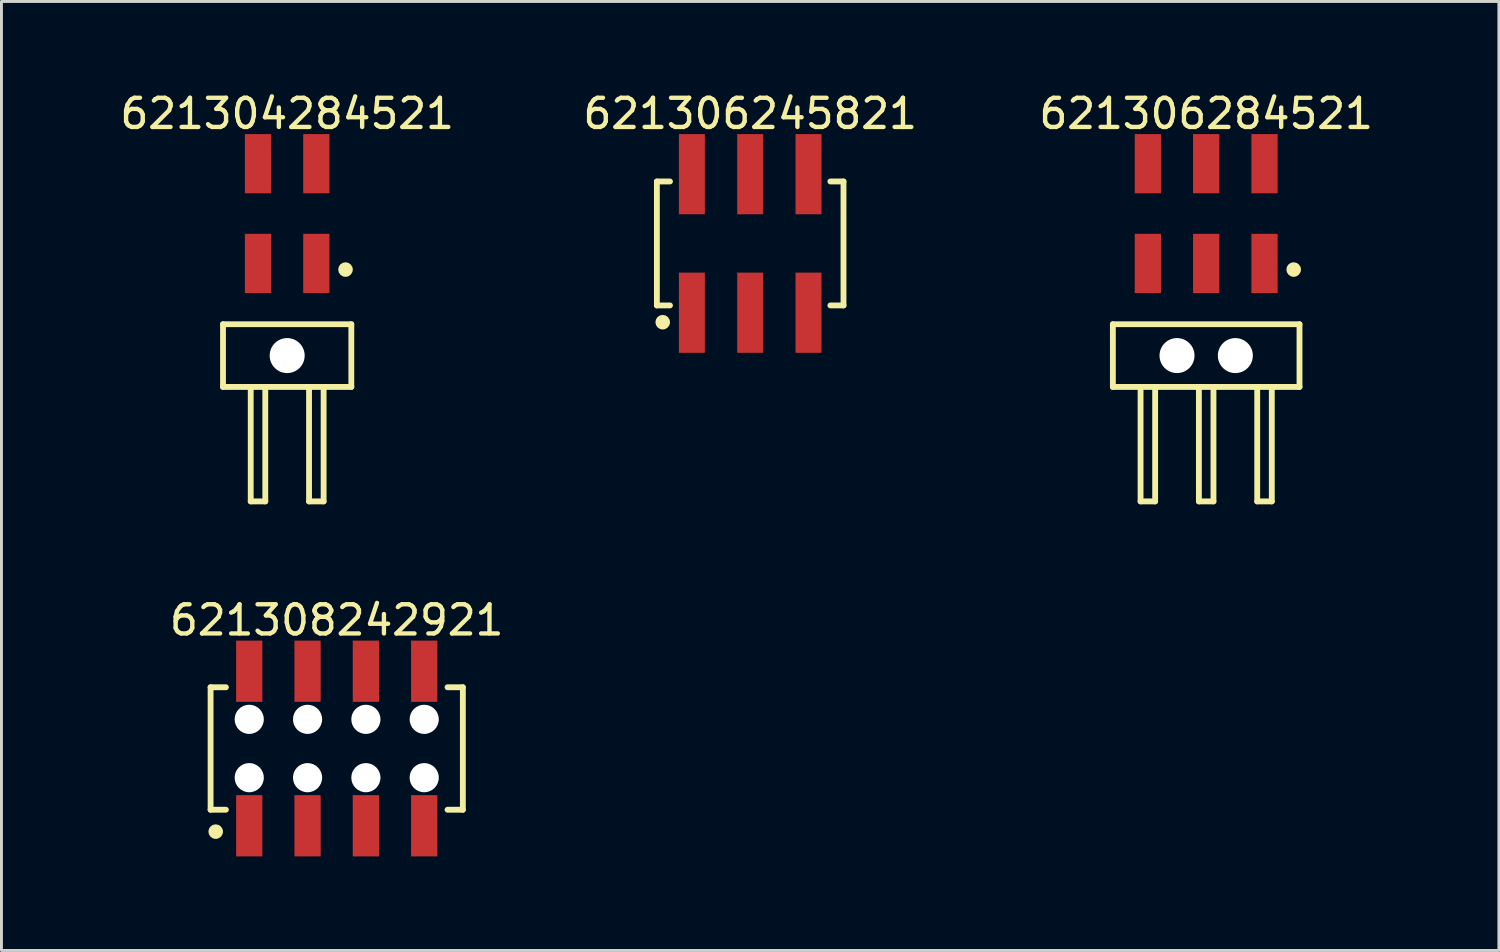
<source format=kicad_pcb>
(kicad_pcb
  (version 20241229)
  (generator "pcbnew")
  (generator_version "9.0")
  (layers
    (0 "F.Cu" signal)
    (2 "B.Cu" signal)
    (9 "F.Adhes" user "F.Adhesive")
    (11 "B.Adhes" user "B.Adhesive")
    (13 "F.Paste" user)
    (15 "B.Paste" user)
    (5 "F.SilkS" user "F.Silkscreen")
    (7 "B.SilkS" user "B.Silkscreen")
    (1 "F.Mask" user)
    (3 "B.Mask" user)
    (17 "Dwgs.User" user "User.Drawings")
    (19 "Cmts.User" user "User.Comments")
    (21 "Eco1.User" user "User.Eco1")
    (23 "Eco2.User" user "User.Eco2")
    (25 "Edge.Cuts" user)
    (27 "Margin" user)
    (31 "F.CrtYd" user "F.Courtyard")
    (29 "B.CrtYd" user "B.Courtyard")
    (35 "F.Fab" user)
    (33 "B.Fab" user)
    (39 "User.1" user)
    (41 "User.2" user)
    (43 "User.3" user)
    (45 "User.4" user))
  (footprint "621304284521"
    (layer "F.Cu")
    (at 6.797 9.143)
    (property "Reference" "621304284521" (at 0 -8.295 0) (layer "F.SilkS") (effects (font (size 1 1) (thickness 0.15))))
    (fp_line (start -2.2 -1.075) (end 2.2 -1.075) (stroke (width 0.2) (type solid)) (layer "F.SilkS"))
    (fp_line (start -2.2 1.075) (end -2.2 -1.075) (stroke (width 0.2) (type solid)) (layer "F.SilkS"))
    (fp_line (start -2.2 1.075) (end 2.2 1.075) (stroke (width 0.2) (type solid)) (layer "F.SilkS"))
    (fp_line (start -1.25 5) (end -1.25 1.075) (stroke (width 0.2) (type solid)) (layer "F.SilkS"))
    (fp_line (start -1.25 5) (end -0.75 5) (stroke (width 0.2) (type solid)) (layer "F.SilkS"))
    (fp_line (start -0.75 5) (end -0.75 1.075) (stroke (width 0.2) (type solid)) (layer "F.SilkS"))
    (fp_line (start 0.75 5) (end 0.75 1.075) (stroke (width 0.2) (type solid)) (layer "F.SilkS"))
    (fp_line (start 0.75 5) (end 1.25 5) (stroke (width 0.2) (type solid)) (layer "F.SilkS"))
    (fp_line (start 1.25 5) (end 1.25 1.075) (stroke (width 0.2) (type solid)) (layer "F.SilkS"))
    (fp_line (start 2.2 1.075) (end 2.2 -1.075) (stroke (width 0.2) (type solid)) (layer "F.SilkS"))
    (fp_circle (center 2 -2.95) (end 2 -3.075) (stroke (width 0.25) (type solid)) (fill no) (layer "F.SilkS"))
    (fp_line (start -2.4 -7.795) (end 2.4 -7.795) (stroke (width 0.05) (type solid)) (layer "Eco2.User"))
    (fp_line (start -2.4 5.2) (end -2.4 -7.795) (stroke (width 0.05) (type solid)) (layer "Eco2.User"))
    (fp_line (start -2.4 5.2) (end 2.4 5.2) (stroke (width 0.05) (type solid)) (layer "Eco2.User"))
    (fp_line (start -2 -1) (end 2 -1) (stroke (width 0.1) (type solid)) (layer "Eco2.User"))
    (fp_line (start -2 1) (end -2 -1) (stroke (width 0.1) (type solid)) (layer "Eco2.User"))
    (fp_line (start -2 1) (end 2 1) (stroke (width 0.1) (type solid)) (layer "Eco2.User"))
    (fp_line (start -1.25 -7.22) (end -0.75 -7.22) (stroke (width 0.1) (type solid)) (layer "Eco2.User"))
    (fp_line (start -1.25 -3.8) (end -0.75 -3.8) (stroke (width 0.1) (type solid)) (layer "Eco2.User"))
    (fp_line (start -1.25 -1) (end -1.25 -7.22) (stroke (width 0.1) (type solid)) (layer "Eco2.User"))
    (fp_line (start -1.25 5) (end -1.25 1) (stroke (width 0.1) (type solid)) (layer "Eco2.User"))
    (fp_line (start -1.25 5) (end -0.75 5) (stroke (width 0.1) (type solid)) (layer "Eco2.User"))
    (fp_line (start -0.75 -1) (end -0.75 -7.22) (stroke (width 0.1) (type solid)) (layer "Eco2.User"))
    (fp_line (start -0.75 5) (end -0.75 1) (stroke (width 0.1) (type solid)) (layer "Eco2.User"))
    (fp_line (start -0.5 0) (end 0.5 0) (stroke (width 0.05) (type solid)) (layer "Eco2.User"))
    (fp_line (start 0 0.5) (end 0 -0.5) (stroke (width 0.05) (type solid)) (layer "Eco2.User"))
    (fp_line (start 0.75 -7.22) (end 1.25 -7.22) (stroke (width 0.1) (type solid)) (layer "Eco2.User"))
    (fp_line (start 0.75 -3.8) (end 1.25 -3.8) (stroke (width 0.1) (type solid)) (layer "Eco2.User"))
    (fp_line (start 0.75 -1) (end 0.75 -7.22) (stroke (width 0.1) (type solid)) (layer "Eco2.User"))
    (fp_line (start 0.75 5) (end 0.75 1) (stroke (width 0.1) (type solid)) (layer "Eco2.User"))
    (fp_line (start 0.75 5) (end 1.25 5) (stroke (width 0.1) (type solid)) (layer "Eco2.User"))
    (fp_line (start 1.25 -1) (end 1.25 -7.22) (stroke (width 0.1) (type solid)) (layer "Eco2.User"))
    (fp_line (start 1.25 5) (end 1.25 1) (stroke (width 0.1) (type solid)) (layer "Eco2.User"))
    (fp_line (start 2 1) (end 2 -1) (stroke (width 0.1) (type solid)) (layer "Eco2.User"))
    (fp_line (start 2.4 5.2) (end 2.4 -7.795) (stroke (width 0.05) (type solid)) (layer "Eco2.User"))
    (fp_text user "${REFERENCE}" (at 0.12 -0.158 0) (unlocked yes) (layer "User.3") (effects (font (size 1.2 1.2) (thickness 0.12))))
    (pad "" np_thru_hole circle (at 0 0) (size 1.2 1.2) (drill 1.2) (layers "*.Cu" "*.Mask"))
    (pad "1" smd rect (at 1 -3.16) (size 0.9 2.03) (layers "F.Cu" "F.Mask" "F.Paste"))
    (pad "2" smd rect (at 1 -6.58) (size 0.9 2.03) (layers "F.Cu" "F.Mask" "F.Paste"))
    (pad "3" smd rect (at -1 -3.16) (size 0.9 2.03) (layers "F.Cu" "F.Mask" "F.Paste"))
    (pad "4" smd rect (at -1 -6.58) (size 0.9 2.03) (layers "F.Cu" "F.Mask" "F.Paste")))
  (footprint "621306245821"
    (layer "F.Cu")
    (at 22.674 5.298)
    (property "Reference" "621306245821" (at 0 -4.45 0) (layer "F.SilkS") (effects (font (size 1 1) (thickness 0.15))))
    (fp_line (start -3.2 -2.125) (end -2.75 -2.125) (stroke (width 0.2) (type solid)) (layer "F.SilkS"))
    (fp_line (start -3.2 2.125) (end -3.2 -2.125) (stroke (width 0.2) (type solid)) (layer "F.SilkS"))
    (fp_line (start -3.2 2.125) (end -2.75 2.125) (stroke (width 0.2) (type solid)) (layer "F.SilkS"))
    (fp_line (start 2.75 -2.125) (end 3.2 -2.125) (stroke (width 0.2) (type solid)) (layer "F.SilkS"))
    (fp_line (start 2.75 2.125) (end 3.2 2.125) (stroke (width 0.2) (type solid)) (layer "F.SilkS"))
    (fp_line (start 3.2 2.125) (end 3.2 -2.125) (stroke (width 0.2) (type solid)) (layer "F.SilkS"))
    (fp_circle (center -3 2.7) (end -3 2.575) (stroke (width 0.25) (type solid)) (fill no) (layer "F.SilkS"))
    (fp_line (start -3.4 -3.95) (end 3.4 -3.95) (stroke (width 0.05) (type solid)) (layer "Eco2.User"))
    (fp_line (start -3.4 3.95) (end -3.4 -3.95) (stroke (width 0.05) (type solid)) (layer "Eco2.User"))
    (fp_line (start -3.4 3.95) (end 3.4 3.95) (stroke (width 0.05) (type solid)) (layer "Eco2.User"))
    (fp_line (start -3 -2) (end 3 -2) (stroke (width 0.1) (type solid)) (layer "Eco2.User"))
    (fp_line (start -3 2) (end -3 -2) (stroke (width 0.1) (type solid)) (layer "Eco2.User"))
    (fp_line (start -3 2) (end 3 2) (stroke (width 0.1) (type solid)) (layer "Eco2.User"))
    (fp_line (start -2.25 -3.1) (end -1.75 -3.1) (stroke (width 0.1) (type solid)) (layer "Eco2.User"))
    (fp_line (start -2.25 -2) (end -2.25 -3.1) (stroke (width 0.1) (type solid)) (layer "Eco2.User"))
    (fp_line (start -2.25 3.1) (end -2.25 2) (stroke (width 0.1) (type solid)) (layer "Eco2.User"))
    (fp_line (start -2.25 3.1) (end -1.75 3.1) (stroke (width 0.1) (type solid)) (layer "Eco2.User"))
    (fp_line (start -1.75 -2) (end -1.75 -3.1) (stroke (width 0.1) (type solid)) (layer "Eco2.User"))
    (fp_line (start -1.75 3.1) (end -1.75 2) (stroke (width 0.1) (type solid)) (layer "Eco2.User"))
    (fp_line (start -0.25 -3.1) (end 0.25 -3.1) (stroke (width 0.1) (type solid)) (layer "Eco2.User"))
    (fp_line (start -0.25 -2) (end -0.25 -3.1) (stroke (width 0.1) (type solid)) (layer "Eco2.User"))
    (fp_line (start -0.25 3.1) (end -0.25 2) (stroke (width 0.1) (type solid)) (layer "Eco2.User"))
    (fp_line (start -0.25 3.1) (end 0.25 3.1) (stroke (width 0.1) (type solid)) (layer "Eco2.User"))
    (fp_line (start 0.25 -2) (end 0.25 -3.1) (stroke (width 0.1) (type solid)) (layer "Eco2.User"))
    (fp_line (start 0.25 3.1) (end 0.25 2) (stroke (width 0.1) (type solid)) (layer "Eco2.User"))
    (fp_line (start 1.75 -3.1) (end 2.25 -3.1) (stroke (width 0.1) (type solid)) (layer "Eco2.User"))
    (fp_line (start 1.75 -2) (end 1.75 -3.1) (stroke (width 0.1) (type solid)) (layer "Eco2.User"))
    (fp_line (start 1.75 3.1) (end 1.75 2) (stroke (width 0.1) (type solid)) (layer "Eco2.User"))
    (fp_line (start 1.75 3.1) (end 2.25 3.1) (stroke (width 0.1) (type solid)) (layer "Eco2.User"))
    (fp_line (start 2.25 -2) (end 2.25 -3.1) (stroke (width 0.1) (type solid)) (layer "Eco2.User"))
    (fp_line (start 2.25 3.1) (end 2.25 2) (stroke (width 0.1) (type solid)) (layer "Eco2.User"))
    (fp_line (start 3 2) (end 3 -2) (stroke (width 0.1) (type solid)) (layer "Eco2.User"))
    (fp_line (start 3.4 3.95) (end 3.4 -3.95) (stroke (width 0.05) (type solid)) (layer "Eco2.User"))
    (pad "1" smd rect (at -2 2.375) (size 0.89 2.75) (layers "F.Cu" "F.Mask" "F.Paste"))
    (pad "2" smd rect (at -2 -2.375) (size 0.89 2.75) (layers "F.Cu" "F.Mask" "F.Paste"))
    (pad "3" smd rect (at 0 2.375) (size 0.89 2.75) (layers "F.Cu" "F.Mask" "F.Paste"))
    (pad "4" smd rect (at 0 -2.375) (size 0.89 2.75) (layers "F.Cu" "F.Mask" "F.Paste"))
    (pad "5" smd rect (at 2 2.375) (size 0.89 2.75) (layers "F.Cu" "F.Mask" "F.Paste"))
    (pad "6" smd rect (at 2 -2.375) (size 0.89 2.75) (layers "F.Cu" "F.Mask" "F.Paste")))
  (footprint "621308242921"
    (layer "F.Cu")
    (at 8.496 22.616)
    (property "Reference" "621308242921" (at 0 -4.4 0) (layer "F.SilkS") (effects (font (size 1 1) (thickness 0.15))))
    (fp_line (start -4.325 -2.1) (end -3.8 -2.1) (stroke (width 0.2) (type solid)) (layer "F.SilkS"))
    (fp_line (start -4.325 2.1) (end -4.325 -2.1) (stroke (width 0.2) (type solid)) (layer "F.SilkS"))
    (fp_line (start -4.325 2.1) (end -3.8 2.1) (stroke (width 0.2) (type solid)) (layer "F.SilkS"))
    (fp_line (start 3.8 -2.1) (end 4.325 -2.1) (stroke (width 0.2) (type solid)) (layer "F.SilkS"))
    (fp_line (start 3.8 2.1) (end 4.325 2.1) (stroke (width 0.2) (type solid)) (layer "F.SilkS"))
    (fp_line (start 4.325 2.1) (end 4.325 -2.1) (stroke (width 0.2) (type solid)) (layer "F.SilkS"))
    (fp_circle (center -4.15 2.85) (end -4.15 2.725) (stroke (width 0.25) (type solid)) (fill no) (layer "F.SilkS"))
    (fp_line (start -4.525 -3.9) (end 4.525 -3.9) (stroke (width 0.05) (type solid)) (layer "Eco2.User"))
    (fp_line (start -4.525 3.9) (end -4.525 -3.9) (stroke (width 0.05) (type solid)) (layer "Eco2.User"))
    (fp_line (start -4.525 3.9) (end 4.525 3.9) (stroke (width 0.05) (type solid)) (layer "Eco2.User"))
    (fp_line (start -4.2 -2) (end 4.2 -2) (stroke (width 0.1) (type solid)) (layer "Eco2.User"))
    (fp_line (start -4.2 2) (end -4.2 -2) (stroke (width 0.1) (type solid)) (layer "Eco2.User"))
    (fp_line (start -4.2 2) (end 4.2 2) (stroke (width 0.1) (type solid)) (layer "Eco2.User"))
    (fp_line (start -3.25 -3.1) (end -2.75 -3.1) (stroke (width 0.1) (type solid)) (layer "Eco2.User"))
    (fp_line (start -3.25 -2) (end -3.25 -3.1) (stroke (width 0.1) (type solid)) (layer "Eco2.User"))
    (fp_line (start -3.25 3.1) (end -3.25 2) (stroke (width 0.1) (type solid)) (layer "Eco2.User"))
    (fp_line (start -3.25 3.1) (end -2.75 3.1) (stroke (width 0.1) (type solid)) (layer "Eco2.User"))
    (fp_line (start -2.75 -2) (end -2.75 -3.1) (stroke (width 0.1) (type solid)) (layer "Eco2.User"))
    (fp_line (start -2.75 3.1) (end -2.75 2) (stroke (width 0.1) (type solid)) (layer "Eco2.User"))
    (fp_line (start -1.25 -3.1) (end -0.75 -3.1) (stroke (width 0.1) (type solid)) (layer "Eco2.User"))
    (fp_line (start -1.25 -2) (end -1.25 -3.1) (stroke (width 0.1) (type solid)) (layer "Eco2.User"))
    (fp_line (start -1.25 3.1) (end -1.25 2) (stroke (width 0.1) (type solid)) (layer "Eco2.User"))
    (fp_line (start -1.25 3.1) (end -0.75 3.1) (stroke (width 0.1) (type solid)) (layer "Eco2.User"))
    (fp_line (start -0.75 -2) (end -0.75 -3.1) (stroke (width 0.1) (type solid)) (layer "Eco2.User"))
    (fp_line (start -0.75 3.1) (end -0.75 2) (stroke (width 0.1) (type solid)) (layer "Eco2.User"))
    (fp_line (start -0.5 0) (end 0.5 0) (stroke (width 0.05) (type solid)) (layer "Eco2.User"))
    (fp_line (start 0 0.5) (end 0 -0.5) (stroke (width 0.05) (type solid)) (layer "Eco2.User"))
    (fp_line (start 0.75 -3.1) (end 1.25 -3.1) (stroke (width 0.1) (type solid)) (layer "Eco2.User"))
    (fp_line (start 0.75 -2) (end 0.75 -3.1) (stroke (width 0.1) (type solid)) (layer "Eco2.User"))
    (fp_line (start 0.75 3.1) (end 0.75 2) (stroke (width 0.1) (type solid)) (layer "Eco2.User"))
    (fp_line (start 0.75 3.1) (end 1.25 3.1) (stroke (width 0.1) (type solid)) (layer "Eco2.User"))
    (fp_line (start 1.25 -2) (end 1.25 -3.1) (stroke (width 0.1) (type solid)) (layer "Eco2.User"))
    (fp_line (start 1.25 3.1) (end 1.25 2) (stroke (width 0.1) (type solid)) (layer "Eco2.User"))
    (fp_line (start 2.75 -3.1) (end 3.25 -3.1) (stroke (width 0.1) (type solid)) (layer "Eco2.User"))
    (fp_line (start 2.75 -2) (end 2.75 -3.1) (stroke (width 0.1) (type solid)) (layer "Eco2.User"))
    (fp_line (start 2.75 3.1) (end 2.75 2) (stroke (width 0.1) (type solid)) (layer "Eco2.User"))
    (fp_line (start 2.75 3.1) (end 3.25 3.1) (stroke (width 0.1) (type solid)) (layer "Eco2.User"))
    (fp_line (start 3.25 -2) (end 3.25 -3.1) (stroke (width 0.1) (type solid)) (layer "Eco2.User"))
    (fp_line (start 3.25 3.1) (end 3.25 2) (stroke (width 0.1) (type solid)) (layer "Eco2.User"))
    (fp_line (start 4.2 2) (end 4.2 -2) (stroke (width 0.1) (type solid)) (layer "Eco2.User"))
    (fp_line (start 4.525 3.9) (end 4.525 -3.9) (stroke (width 0.05) (type solid)) (layer "Eco2.User"))
    (fp_text user "${REFERENCE}" (at 0.15 -0.197 0) (unlocked yes) (layer "User.3") (effects (font (size 1.5 1.5) (thickness 0.15))))
    (pad "" np_thru_hole circle (at -3 -1) (size 1 1) (drill 1) (layers "*.Cu" "*.Mask"))
    (pad "" np_thru_hole circle (at -3 1) (size 1 1) (drill 1) (layers "*.Cu" "*.Mask"))
    (pad "" np_thru_hole circle (at -1 -1) (size 1 1) (drill 1) (layers "*.Cu" "*.Mask"))
    (pad "" np_thru_hole circle (at -1 1) (size 1 1) (drill 1) (layers "*.Cu" "*.Mask"))
    (pad "" np_thru_hole circle (at 1 -1) (size 1 1) (drill 1) (layers "*.Cu" "*.Mask"))
    (pad "" np_thru_hole circle (at 1 1) (size 1 1) (drill 1) (layers "*.Cu" "*.Mask"))
    (pad "" np_thru_hole circle (at 3 -1) (size 1 1) (drill 1) (layers "*.Cu" "*.Mask"))
    (pad "" np_thru_hole circle (at 3 1) (size 1 1) (drill 1) (layers "*.Cu" "*.Mask"))
    (pad "1" smd rect (at -3 2.65) (size 0.9 2.1) (layers "F.Cu" "F.Mask" "F.Paste"))
    (pad "2" smd rect (at -3 -2.65) (size 0.9 2.1) (layers "F.Cu" "F.Mask" "F.Paste"))
    (pad "3" smd rect (at -1 2.65) (size 0.9 2.1) (layers "F.Cu" "F.Mask" "F.Paste"))
    (pad "4" smd rect (at -1 -2.65) (size 0.9 2.1) (layers "F.Cu" "F.Mask" "F.Paste"))
    (pad "5" smd rect (at 1 2.65) (size 0.9 2.1) (layers "F.Cu" "F.Mask" "F.Paste"))
    (pad "6" smd rect (at 1 -2.65) (size 0.9 2.1) (layers "F.Cu" "F.Mask" "F.Paste"))
    (pad "7" smd rect (at 3 2.65) (size 0.9 2.1) (layers "F.Cu" "F.Mask" "F.Paste"))
    (pad "8" smd rect (at 3 -2.65) (size 0.9 2.1) (layers "F.Cu" "F.Mask" "F.Paste")))
  (footprint "621306284521"
    (layer "F.Cu")
    (at 38.31 9.143)
    (property "Reference" "621306284521" (at 0 -8.295 0) (layer "F.SilkS") (effects (font (size 1 1) (thickness 0.15))))
    (fp_line (start -3.2 -1.075) (end 3.2 -1.075) (stroke (width 0.2) (type solid)) (layer "F.SilkS"))
    (fp_line (start -3.2 1.075) (end -3.2 -1.075) (stroke (width 0.2) (type solid)) (layer "F.SilkS"))
    (fp_line (start -3.2 1.075) (end 3.2 1.075) (stroke (width 0.2) (type solid)) (layer "F.SilkS"))
    (fp_line (start -2.25 5) (end -2.25 1.075) (stroke (width 0.2) (type solid)) (layer "F.SilkS"))
    (fp_line (start -2.25 5) (end -1.75 5) (stroke (width 0.2) (type solid)) (layer "F.SilkS"))
    (fp_line (start -1.75 5) (end -1.75 1.075) (stroke (width 0.2) (type solid)) (layer "F.SilkS"))
    (fp_line (start -0.25 5) (end -0.25 1.075) (stroke (width 0.2) (type solid)) (layer "F.SilkS"))
    (fp_line (start -0.25 5) (end 0.25 5) (stroke (width 0.2) (type solid)) (layer "F.SilkS"))
    (fp_line (start 0.25 5) (end 0.25 1.075) (stroke (width 0.2) (type solid)) (layer "F.SilkS"))
    (fp_line (start 1.75 5) (end 1.75 1.075) (stroke (width 0.2) (type solid)) (layer "F.SilkS"))
    (fp_line (start 1.75 5) (end 2.25 5) (stroke (width 0.2) (type solid)) (layer "F.SilkS"))
    (fp_line (start 2.25 5) (end 2.25 1.075) (stroke (width 0.2) (type solid)) (layer "F.SilkS"))
    (fp_line (start 3.2 1.075) (end 3.2 -1.075) (stroke (width 0.2) (type solid)) (layer "F.SilkS"))
    (fp_circle (center 3 -2.95) (end 3 -3.075) (stroke (width 0.25) (type solid)) (fill no) (layer "F.SilkS"))
    (fp_line (start -3.4 -7.795) (end 3.4 -7.795) (stroke (width 0.05) (type solid)) (layer "Eco2.User"))
    (fp_line (start -3.4 5.2) (end -3.4 -7.795) (stroke (width 0.05) (type solid)) (layer "Eco2.User"))
    (fp_line (start -3.4 5.2) (end 3.4 5.2) (stroke (width 0.05) (type solid)) (layer "Eco2.User"))
    (fp_line (start -3 -1) (end 3 -1) (stroke (width 0.1) (type solid)) (layer "Eco2.User"))
    (fp_line (start -3 1) (end -3 -1) (stroke (width 0.1) (type solid)) (layer "Eco2.User"))
    (fp_line (start -3 1) (end 3 1) (stroke (width 0.1) (type solid)) (layer "Eco2.User"))
    (fp_line (start -2.25 -7.22) (end -1.75 -7.22) (stroke (width 0.1) (type solid)) (layer "Eco2.User"))
    (fp_line (start -2.25 -3.8) (end -1.75 -3.8) (stroke (width 0.1) (type solid)) (layer "Eco2.User"))
    (fp_line (start -2.25 -1) (end -2.25 -7.22) (stroke (width 0.1) (type solid)) (layer "Eco2.User"))
    (fp_line (start -2.25 5) (end -2.25 1) (stroke (width 0.1) (type solid)) (layer "Eco2.User"))
    (fp_line (start -2.25 5) (end -1.75 5) (stroke (width 0.1) (type solid)) (layer "Eco2.User"))
    (fp_line (start -1.75 -1) (end -1.75 -7.22) (stroke (width 0.1) (type solid)) (layer "Eco2.User"))
    (fp_line (start -1.75 5) (end -1.75 1) (stroke (width 0.1) (type solid)) (layer "Eco2.User"))
    (fp_line (start -0.5 0) (end 0.5 0) (stroke (width 0.05) (type solid)) (layer "Eco2.User"))
    (fp_line (start -0.25 -7.22) (end 0.25 -7.22) (stroke (width 0.1) (type solid)) (layer "Eco2.User"))
    (fp_line (start -0.25 -3.8) (end 0.25 -3.8) (stroke (width 0.1) (type solid)) (layer "Eco2.User"))
    (fp_line (start -0.25 -1) (end -0.25 -7.22) (stroke (width 0.1) (type solid)) (layer "Eco2.User"))
    (fp_line (start -0.25 5) (end -0.25 1) (stroke (width 0.1) (type solid)) (layer "Eco2.User"))
    (fp_line (start -0.25 5) (end 0.25 5) (stroke (width 0.1) (type solid)) (layer "Eco2.User"))
    (fp_line (start 0 0.5) (end 0 -0.5) (stroke (width 0.05) (type solid)) (layer "Eco2.User"))
    (fp_line (start 0.25 -1) (end 0.25 -7.22) (stroke (width 0.1) (type solid)) (layer "Eco2.User"))
    (fp_line (start 0.25 5) (end 0.25 1) (stroke (width 0.1) (type solid)) (layer "Eco2.User"))
    (fp_line (start 1.75 -7.22) (end 2.25 -7.22) (stroke (width 0.1) (type solid)) (layer "Eco2.User"))
    (fp_line (start 1.75 -3.8) (end 2.25 -3.8) (stroke (width 0.1) (type solid)) (layer "Eco2.User"))
    (fp_line (start 1.75 -1) (end 1.75 -7.22) (stroke (width 0.1) (type solid)) (layer "Eco2.User"))
    (fp_line (start 1.75 5) (end 1.75 1) (stroke (width 0.1) (type solid)) (layer "Eco2.User"))
    (fp_line (start 1.75 5) (end 2.25 5) (stroke (width 0.1) (type solid)) (layer "Eco2.User"))
    (fp_line (start 2.25 -1) (end 2.25 -7.22) (stroke (width 0.1) (type solid)) (layer "Eco2.User"))
    (fp_line (start 2.25 5) (end 2.25 1) (stroke (width 0.1) (type solid)) (layer "Eco2.User"))
    (fp_line (start 3 1) (end 3 -1) (stroke (width 0.1) (type solid)) (layer "Eco2.User"))
    (fp_line (start 3.4 5.2) (end 3.4 -7.795) (stroke (width 0.05) (type solid)) (layer "Eco2.User"))
    (fp_text user "${REFERENCE}" (at 0.12 -0.158 0) (unlocked yes) (layer "User.3") (effects (font (size 1.2 1.2) (thickness 0.12))))
    (pad "" np_thru_hole circle (at -1 0 180) (size 1.2 1.2) (drill 1.2) (layers "*.Cu" "*.Mask"))
    (pad "" np_thru_hole circle (at 1 0) (size 1.2 1.2) (drill 1.2) (layers "*.Cu" "*.Mask"))
    (pad "1" smd rect (at 2 -3.16) (size 0.9 2.03) (layers "F.Cu" "F.Mask" "F.Paste"))
    (pad "2" smd rect (at 2 -6.58) (size 0.9 2.03) (layers "F.Cu" "F.Mask" "F.Paste"))
    (pad "3" smd rect (at 0 -3.16) (size 0.9 2.03) (layers "F.Cu" "F.Mask" "F.Paste"))
    (pad "4" smd rect (at 0 -6.58) (size 0.9 2.03) (layers "F.Cu" "F.Mask" "F.Paste"))
    (pad "5" smd rect (at -2 -3.16) (size 0.9 2.03) (layers "F.Cu" "F.Mask" "F.Paste"))
    (pad "6" smd rect (at -2 -6.58) (size 0.9 2.03) (layers "F.Cu" "F.Mask" "F.Paste")))
  (gr_rect
    (start -3 -3)
    (end 48.347 29.541)
    (stroke (width 0.1) (type default))
    (fill no)
    (layer "Edge.Cuts")))
</source>
